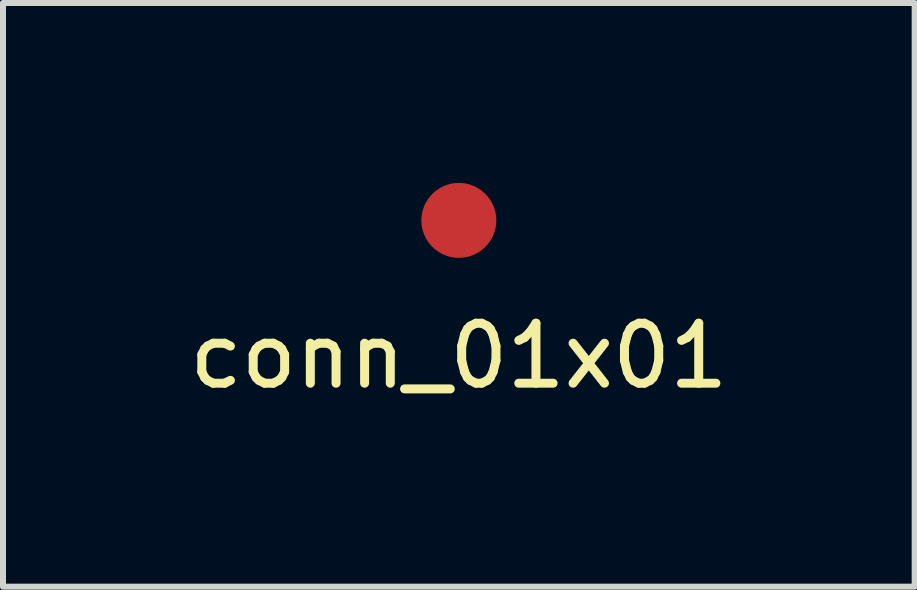
<source format=kicad_pcb>
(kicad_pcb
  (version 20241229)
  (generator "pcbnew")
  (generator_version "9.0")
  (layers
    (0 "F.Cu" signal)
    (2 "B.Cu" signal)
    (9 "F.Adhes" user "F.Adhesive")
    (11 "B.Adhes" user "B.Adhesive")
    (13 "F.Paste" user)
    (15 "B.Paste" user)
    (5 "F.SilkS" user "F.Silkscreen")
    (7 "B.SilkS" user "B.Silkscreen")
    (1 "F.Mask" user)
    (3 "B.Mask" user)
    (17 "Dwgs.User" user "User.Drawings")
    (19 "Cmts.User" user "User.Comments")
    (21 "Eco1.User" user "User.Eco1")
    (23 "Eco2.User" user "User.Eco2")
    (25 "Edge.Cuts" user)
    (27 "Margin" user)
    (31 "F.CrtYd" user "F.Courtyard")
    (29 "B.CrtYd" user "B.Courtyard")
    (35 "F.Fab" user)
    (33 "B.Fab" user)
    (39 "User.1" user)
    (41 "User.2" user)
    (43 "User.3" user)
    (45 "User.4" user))
  (footprint "conn_01x01"
    (layer "F.Cu")
    (at 4.601 0.625)
    (property "Reference" "conn_01x01" (at 0 2.26 0) (layer "F.SilkS") (effects (font (size 1 1) (thickness 0.15))))
    (attr through_hole)
    (pad "1" smd circle (at 0 0) (size 1.25 1.25) (layers "F.Cu" "F.Mask" "F.Paste")))
  (gr_rect
    (start -3 -3)
    (end 12.202 6.733)
    (stroke (width 0.1) (type default))
    (fill no)
    (layer "Edge.Cuts")))
</source>
